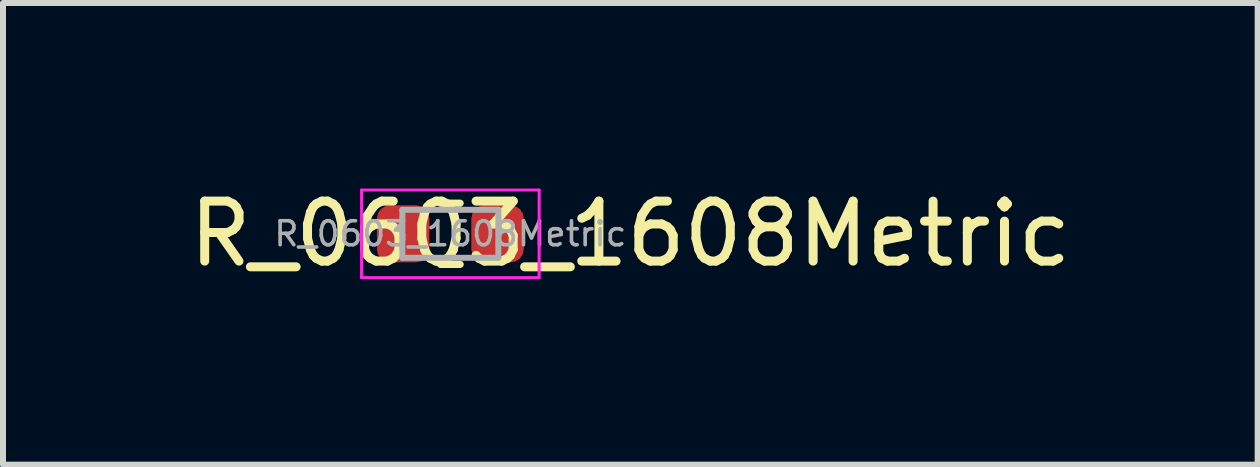
<source format=kicad_pcb>
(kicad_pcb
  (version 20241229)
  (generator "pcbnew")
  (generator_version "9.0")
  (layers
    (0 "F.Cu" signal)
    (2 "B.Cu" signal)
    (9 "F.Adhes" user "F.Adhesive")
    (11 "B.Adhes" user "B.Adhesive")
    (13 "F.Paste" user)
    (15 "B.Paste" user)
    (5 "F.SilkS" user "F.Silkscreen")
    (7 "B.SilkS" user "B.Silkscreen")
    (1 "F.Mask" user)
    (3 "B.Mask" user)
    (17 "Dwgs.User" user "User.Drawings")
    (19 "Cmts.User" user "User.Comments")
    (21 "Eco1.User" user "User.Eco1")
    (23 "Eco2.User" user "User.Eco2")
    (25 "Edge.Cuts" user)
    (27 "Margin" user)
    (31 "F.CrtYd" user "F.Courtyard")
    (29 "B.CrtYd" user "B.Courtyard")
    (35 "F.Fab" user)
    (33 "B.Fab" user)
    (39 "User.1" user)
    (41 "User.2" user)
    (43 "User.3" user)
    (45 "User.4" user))
  (footprint "R_0603_1608Metric"
    (layer "F.Cu")
    (at 4.458 0.848)
    (property "Reference" "R_0603_1608Metric" (at 3 0 0) (layer "F.SilkS") (effects (font (size 1 1) (thickness 0.15))))
    (attr smd)
    (fp_line (start -0.163 -0.51) (end 0.163 -0.51) (stroke (width 0.12) (type solid)) (layer "F.SilkS"))
    (fp_line (start -0.163 0.51) (end 0.163 0.51) (stroke (width 0.12) (type solid)) (layer "F.SilkS"))
    (fp_line (start -1.48 -0.73) (end 1.48 -0.73) (stroke (width 0.05) (type solid)) (layer "F.CrtYd"))
    (fp_line (start -1.48 0.73) (end -1.48 -0.73) (stroke (width 0.05) (type solid)) (layer "F.CrtYd"))
    (fp_line (start 1.48 -0.73) (end 1.48 0.73) (stroke (width 0.05) (type solid)) (layer "F.CrtYd"))
    (fp_line (start 1.48 0.73) (end -1.48 0.73) (stroke (width 0.05) (type solid)) (layer "F.CrtYd"))
    (fp_line (start -0.8 -0.4) (end 0.8 -0.4) (stroke (width 0.1) (type solid)) (layer "F.Fab"))
    (fp_line (start -0.8 0.4) (end -0.8 -0.4) (stroke (width 0.1) (type solid)) (layer "F.Fab"))
    (fp_line (start 0.8 -0.4) (end 0.8 0.4) (stroke (width 0.1) (type solid)) (layer "F.Fab"))
    (fp_line (start 0.8 0.4) (end -0.8 0.4) (stroke (width 0.1) (type solid)) (layer "F.Fab"))
    (fp_text user "${REFERENCE}" (at 0 0 0) (layer "F.Fab") (effects (font (size 0.4 0.4) (thickness 0.06))))
    (pad "1" smd roundrect (at -0.787 0 180) (size 0.875 0.95) (layers "F.Cu" "F.Mask" "F.Paste") (roundrect_rratio 0.25))
    (pad "2" smd roundrect (at 0.787 0 180) (size 0.875 0.95) (layers "F.Cu" "F.Mask" "F.Paste") (roundrect_rratio 0.25)))
  (gr_rect
    (start -3 -3)
    (end 17.917 4.697)
    (stroke (width 0.1) (type default))
    (fill no)
    (layer "Edge.Cuts")))
</source>
